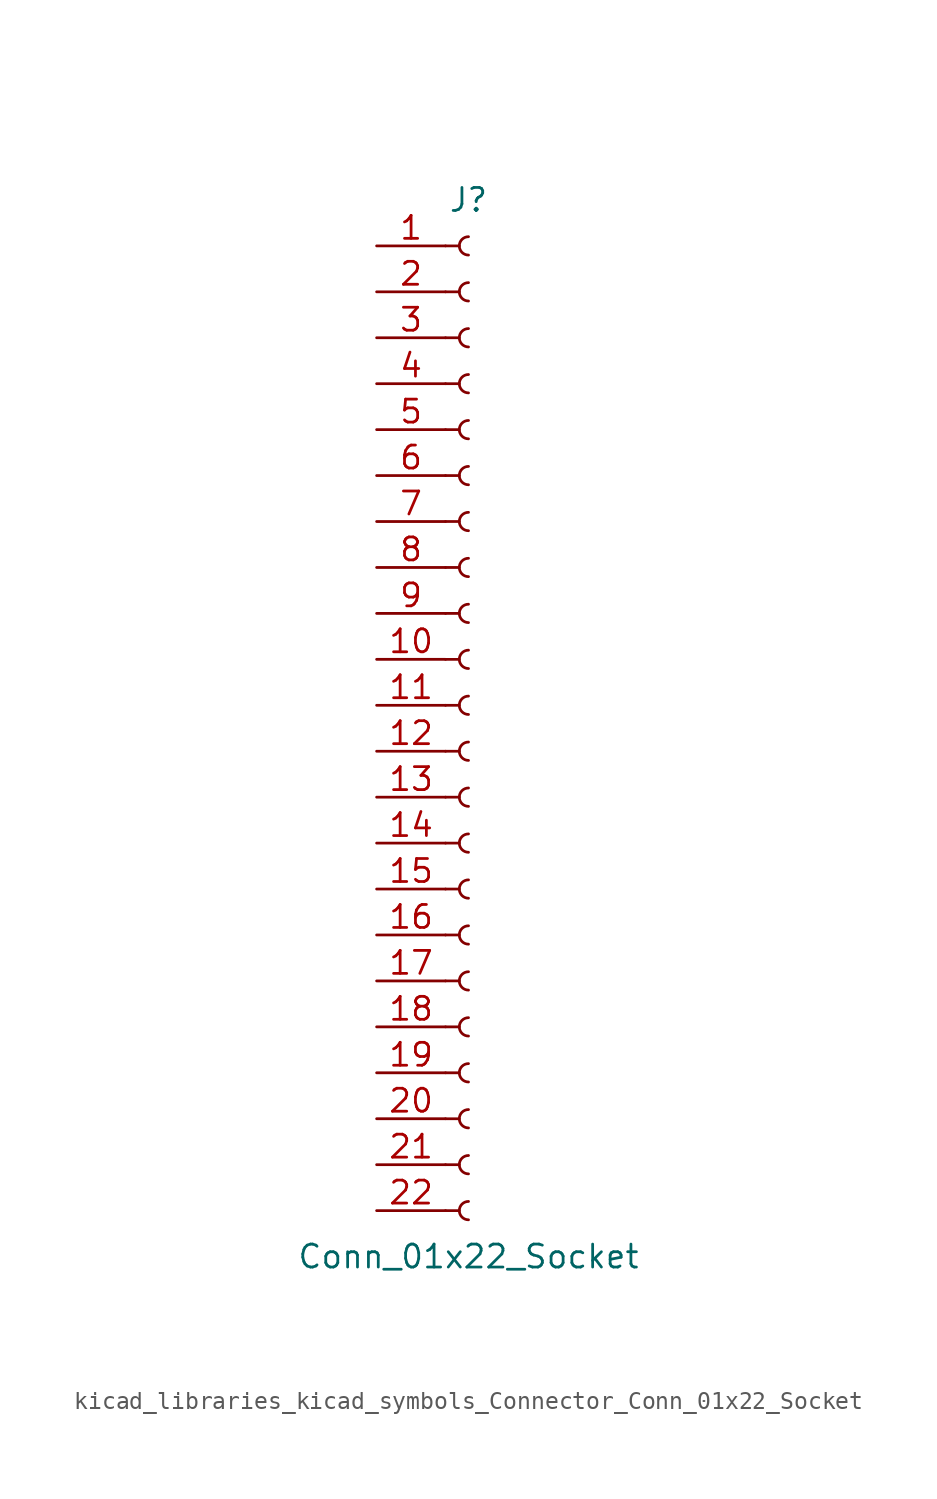
<source format=kicad_sym>
(kicad_symbol_lib
  (version 20220914)
  (generator kicad_symbol_editor)
  (symbol "kicad_libraries_kicad_symbols_Connector_Conn_01x22_Socket"
    (pin_names
      (offset 1.016) hide)
    (property "Reference" "J"
      (at 0 27.94 0)
      (effects (font (size 1.27 1.27))))
    (property "Value" "Conn_01x22_Socket"
      (at 0 -30.48 0)
      (effects (font (size 1.27 1.27))))
    (property "ki_locked" ""
      (at 0 0 0)
      (effects (font (size 1.27 1.27))))
    (symbol "kicad_libraries_kicad_symbols_Connector_Conn_01x22_Socket_1_1"
      (arc (start 0 -27.432) (mid -0.5058 -27.94) (end 0 -28.448) (stroke (width 0.1524) (type default)) (fill (type none)))
      (arc (start 0 -24.892) (mid -0.5058 -25.4) (end 0 -25.908) (stroke (width 0.1524) (type default)) (fill (type none)))
      (arc (start 0 -22.352) (mid -0.5058 -22.86) (end 0 -23.368) (stroke (width 0.1524) (type default)) (fill (type none)))
      (arc (start 0 -19.812) (mid -0.5058 -20.32) (end 0 -20.828) (stroke (width 0.1524) (type default)) (fill (type none)))
      (arc (start 0 -17.272) (mid -0.5058 -17.78) (end 0 -18.288) (stroke (width 0.1524) (type default)) (fill (type none)))
      (arc (start 0 -14.732) (mid -0.5058 -15.24) (end 0 -15.748) (stroke (width 0.1524) (type default)) (fill (type none)))
      (arc (start 0 -12.192) (mid -0.5058 -12.7) (end 0 -13.208) (stroke (width 0.1524) (type default)) (fill (type none)))
      (arc (start 0 -9.652) (mid -0.5058 -10.16) (end 0 -10.668) (stroke (width 0.1524) (type default)) (fill (type none)))
      (arc (start 0 -7.112) (mid -0.5058 -7.62) (end 0 -8.128) (stroke (width 0.1524) (type default)) (fill (type none)))
      (arc (start 0 -4.572) (mid -0.5058 -5.08) (end 0 -5.588) (stroke (width 0.1524) (type default)) (fill (type none)))
      (arc (start 0 -2.032) (mid -0.5058 -2.54) (end 0 -3.048) (stroke (width 0.1524) (type default)) (fill (type none)))
      (polyline (pts (xy -1.27 -27.94) (xy -0.508 -27.94)) (stroke (width 0.152) (type default)) (fill (type none)))
      (polyline (pts (xy -1.27 -25.4) (xy -0.508 -25.4)) (stroke (width 0.152) (type default)) (fill (type none)))
      (polyline (pts (xy -1.27 -22.86) (xy -0.508 -22.86)) (stroke (width 0.152) (type default)) (fill (type none)))
      (polyline (pts (xy -1.27 -20.32) (xy -0.508 -20.32)) (stroke (width 0.152) (type default)) (fill (type none)))
      (polyline (pts (xy -1.27 -17.78) (xy -0.508 -17.78)) (stroke (width 0.152) (type default)) (fill (type none)))
      (polyline (pts (xy -1.27 -15.24) (xy -0.508 -15.24)) (stroke (width 0.152) (type default)) (fill (type none)))
      (polyline (pts (xy -1.27 -12.7) (xy -0.508 -12.7)) (stroke (width 0.152) (type default)) (fill (type none)))
      (polyline (pts (xy -1.27 -10.16) (xy -0.508 -10.16)) (stroke (width 0.152) (type default)) (fill (type none)))
      (polyline (pts (xy -1.27 -7.62) (xy -0.508 -7.62)) (stroke (width 0.152) (type default)) (fill (type none)))
      (polyline (pts (xy -1.27 -5.08) (xy -0.508 -5.08)) (stroke (width 0.152) (type default)) (fill (type none)))
      (polyline (pts (xy -1.27 -2.54) (xy -0.508 -2.54)) (stroke (width 0.152) (type default)) (fill (type none)))
      (polyline (pts (xy -1.27 0) (xy -0.508 0)) (stroke (width 0.152) (type default)) (fill (type none)))
      (polyline (pts (xy -1.27 2.54) (xy -0.508 2.54)) (stroke (width 0.152) (type default)) (fill (type none)))
      (polyline (pts (xy -1.27 5.08) (xy -0.508 5.08)) (stroke (width 0.152) (type default)) (fill (type none)))
      (polyline (pts (xy -1.27 7.62) (xy -0.508 7.62)) (stroke (width 0.152) (type default)) (fill (type none)))
      (polyline (pts (xy -1.27 10.16) (xy -0.508 10.16)) (stroke (width 0.152) (type default)) (fill (type none)))
      (polyline (pts (xy -1.27 12.7) (xy -0.508 12.7)) (stroke (width 0.152) (type default)) (fill (type none)))
      (polyline (pts (xy -1.27 15.24) (xy -0.508 15.24)) (stroke (width 0.152) (type default)) (fill (type none)))
      (polyline (pts (xy -1.27 17.78) (xy -0.508 17.78)) (stroke (width 0.152) (type default)) (fill (type none)))
      (polyline (pts (xy -1.27 20.32) (xy -0.508 20.32)) (stroke (width 0.152) (type default)) (fill (type none)))
      (polyline (pts (xy -1.27 22.86) (xy -0.508 22.86)) (stroke (width 0.152) (type default)) (fill (type none)))
      (polyline (pts (xy -1.27 25.4) (xy -0.508 25.4)) (stroke (width 0.152) (type default)) (fill (type none)))
      (arc (start 0 0.508) (mid -0.5058 0) (end 0 -0.508) (stroke (width 0.1524) (type default)) (fill (type none)))
      (arc (start 0 3.048) (mid -0.5058 2.54) (end 0 2.032) (stroke (width 0.1524) (type default)) (fill (type none)))
      (arc (start 0 5.588) (mid -0.5058 5.08) (end 0 4.572) (stroke (width 0.1524) (type default)) (fill (type none)))
      (arc (start 0 8.128) (mid -0.5058 7.62) (end 0 7.112) (stroke (width 0.1524) (type default)) (fill (type none)))
      (arc (start 0 10.668) (mid -0.5058 10.16) (end 0 9.652) (stroke (width 0.1524) (type default)) (fill (type none)))
      (arc (start 0 13.208) (mid -0.5058 12.7) (end 0 12.192) (stroke (width 0.1524) (type default)) (fill (type none)))
      (arc (start 0 15.748) (mid -0.5058 15.24) (end 0 14.732) (stroke (width 0.1524) (type default)) (fill (type none)))
      (arc (start 0 18.288) (mid -0.5058 17.78) (end 0 17.272) (stroke (width 0.1524) (type default)) (fill (type none)))
      (arc (start 0 20.828) (mid -0.5058 20.32) (end 0 19.812) (stroke (width 0.1524) (type default)) (fill (type none)))
      (arc (start 0 23.368) (mid -0.5058 22.86) (end 0 22.352) (stroke (width 0.1524) (type default)) (fill (type none)))
      (arc (start 0 25.908) (mid -0.5058 25.4) (end 0 24.892) (stroke (width 0.1524) (type default)) (fill (type none)))
      (pin passive line (at -5.08 25.4 0) (length 3.81) (name "Pin_1" (effects (font (size 1.27 1.27)))) (number "1" (effects (font (size 1.27 1.27)))))
      (pin passive line (at -5.08 2.54 0) (length 3.81) (name "Pin_10" (effects (font (size 1.27 1.27)))) (number "10" (effects (font (size 1.27 1.27)))))
      (pin passive line (at -5.08 0 0) (length 3.81) (name "Pin_11" (effects (font (size 1.27 1.27)))) (number "11" (effects (font (size 1.27 1.27)))))
      (pin passive line (at -5.08 -2.54 0) (length 3.81) (name "Pin_12" (effects (font (size 1.27 1.27)))) (number "12" (effects (font (size 1.27 1.27)))))
      (pin passive line (at -5.08 -5.08 0) (length 3.81) (name "Pin_13" (effects (font (size 1.27 1.27)))) (number "13" (effects (font (size 1.27 1.27)))))
      (pin passive line (at -5.08 -7.62 0) (length 3.81) (name "Pin_14" (effects (font (size 1.27 1.27)))) (number "14" (effects (font (size 1.27 1.27)))))
      (pin passive line (at -5.08 -10.16 0) (length 3.81) (name "Pin_15" (effects (font (size 1.27 1.27)))) (number "15" (effects (font (size 1.27 1.27)))))
      (pin passive line (at -5.08 -12.7 0) (length 3.81) (name "Pin_16" (effects (font (size 1.27 1.27)))) (number "16" (effects (font (size 1.27 1.27)))))
      (pin passive line (at -5.08 -15.24 0) (length 3.81) (name "Pin_17" (effects (font (size 1.27 1.27)))) (number "17" (effects (font (size 1.27 1.27)))))
      (pin passive line (at -5.08 -17.78 0) (length 3.81) (name "Pin_18" (effects (font (size 1.27 1.27)))) (number "18" (effects (font (size 1.27 1.27)))))
      (pin passive line (at -5.08 -20.32 0) (length 3.81) (name "Pin_19" (effects (font (size 1.27 1.27)))) (number "19" (effects (font (size 1.27 1.27)))))
      (pin passive line (at -5.08 22.86 0) (length 3.81) (name "Pin_2" (effects (font (size 1.27 1.27)))) (number "2" (effects (font (size 1.27 1.27)))))
      (pin passive line (at -5.08 -22.86 0) (length 3.81) (name "Pin_20" (effects (font (size 1.27 1.27)))) (number "20" (effects (font (size 1.27 1.27)))))
      (pin passive line (at -5.08 -25.4 0) (length 3.81) (name "Pin_21" (effects (font (size 1.27 1.27)))) (number "21" (effects (font (size 1.27 1.27)))))
      (pin passive line (at -5.08 -27.94 0) (length 3.81) (name "Pin_22" (effects (font (size 1.27 1.27)))) (number "22" (effects (font (size 1.27 1.27)))))
      (pin passive line (at -5.08 20.32 0) (length 3.81) (name "Pin_3" (effects (font (size 1.27 1.27)))) (number "3" (effects (font (size 1.27 1.27)))))
      (pin passive line (at -5.08 17.78 0) (length 3.81) (name "Pin_4" (effects (font (size 1.27 1.27)))) (number "4" (effects (font (size 1.27 1.27)))))
      (pin passive line (at -5.08 15.24 0) (length 3.81) (name "Pin_5" (effects (font (size 1.27 1.27)))) (number "5" (effects (font (size 1.27 1.27)))))
      (pin passive line (at -5.08 12.7 0) (length 3.81) (name "Pin_6" (effects (font (size 1.27 1.27)))) (number "6" (effects (font (size 1.27 1.27)))))
      (pin passive line (at -5.08 10.16 0) (length 3.81) (name "Pin_7" (effects (font (size 1.27 1.27)))) (number "7" (effects (font (size 1.27 1.27)))))
      (pin passive line (at -5.08 7.62 0) (length 3.81) (name "Pin_8" (effects (font (size 1.27 1.27)))) (number "8" (effects (font (size 1.27 1.27)))))
      (pin passive line (at -5.08 5.08 0) (length 3.81) (name "Pin_9" (effects (font (size 1.27 1.27)))) (number "9" (effects (font (size 1.27 1.27))))))))
</source>
